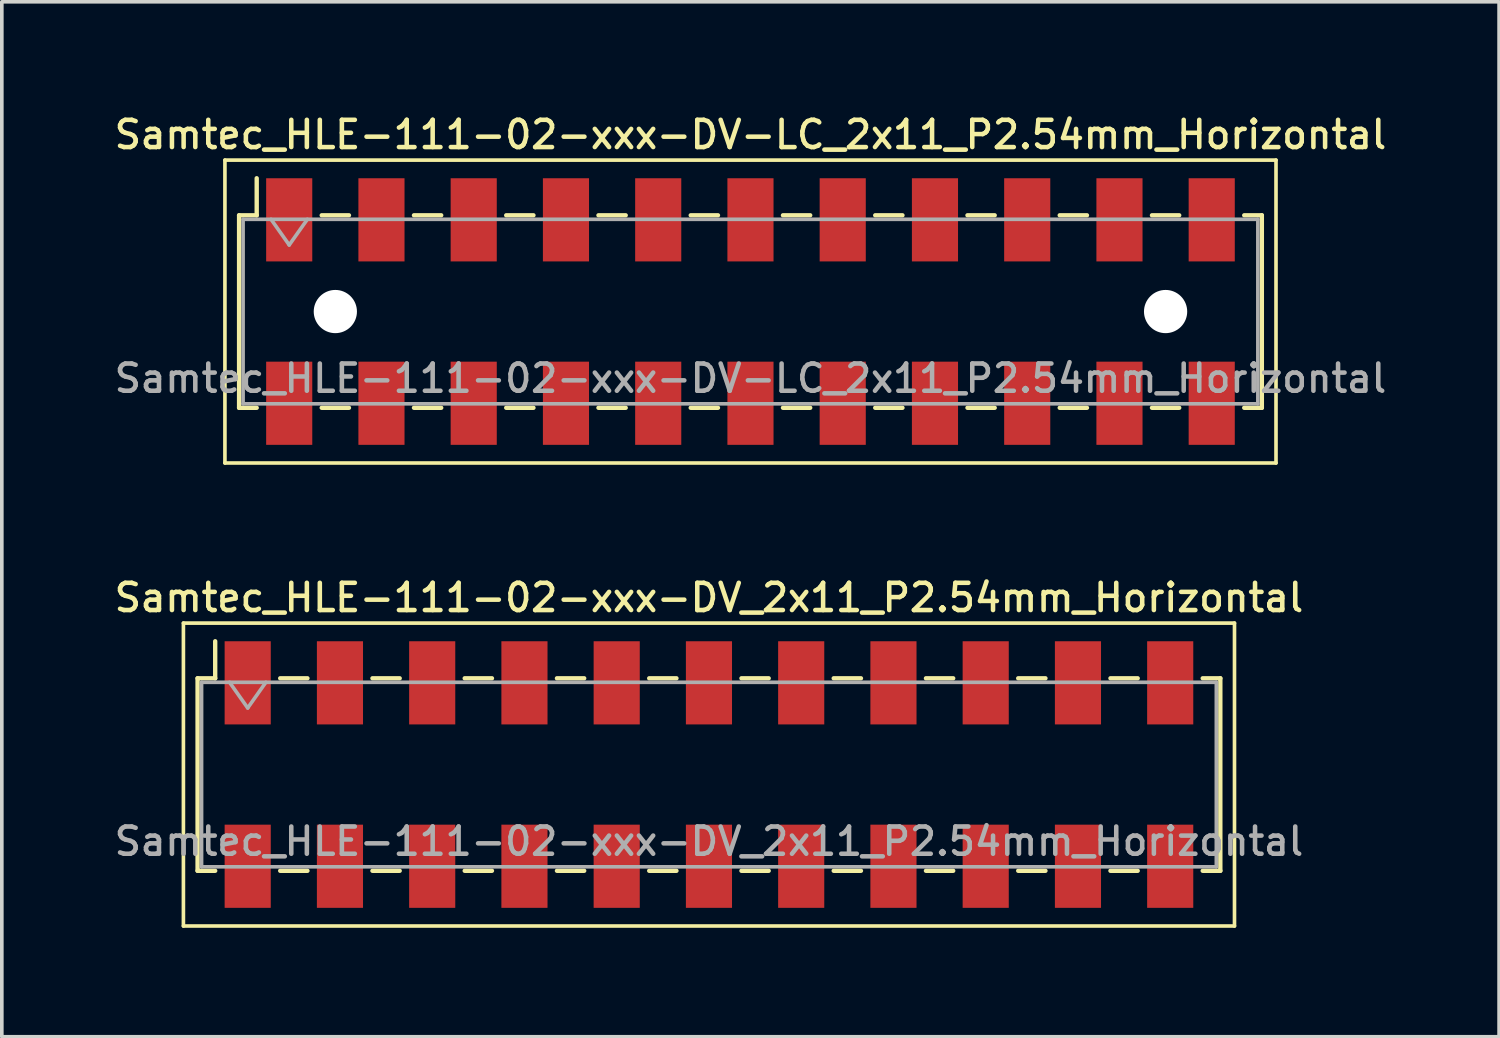
<source format=kicad_pcb>
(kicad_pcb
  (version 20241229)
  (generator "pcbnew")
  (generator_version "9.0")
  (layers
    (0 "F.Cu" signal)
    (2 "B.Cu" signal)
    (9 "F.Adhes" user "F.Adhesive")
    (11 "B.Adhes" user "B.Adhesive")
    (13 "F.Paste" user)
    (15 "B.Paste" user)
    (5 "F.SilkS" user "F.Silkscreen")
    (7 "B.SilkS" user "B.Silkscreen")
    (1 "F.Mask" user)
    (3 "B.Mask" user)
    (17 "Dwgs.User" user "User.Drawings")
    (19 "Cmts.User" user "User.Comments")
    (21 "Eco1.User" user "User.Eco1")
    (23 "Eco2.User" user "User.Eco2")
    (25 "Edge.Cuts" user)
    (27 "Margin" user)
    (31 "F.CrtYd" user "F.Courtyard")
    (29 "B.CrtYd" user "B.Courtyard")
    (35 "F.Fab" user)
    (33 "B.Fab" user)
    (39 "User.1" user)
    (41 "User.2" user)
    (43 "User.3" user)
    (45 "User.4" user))
  (footprint "Samtec_HLE-111-02-xxx-DV_2x11_P2.54mm_Horizontal"
    (layer "F.Cu")
    (at 16.47 18.276)
    (property "Reference" "Samtec_HLE-111-02-xxx-DV_2x11_P2.54mm_Horizontal" (at 0 -4.87 0) (layer "F.SilkS") (effects (font (size 0.75 0.75) (thickness 0.125))))
    (attr smd)
    (fp_line (start -14.47 -4.17) (end 14.47 -4.17) (stroke (width 0.1) (type solid)) (layer "F.SilkS"))
    (fp_line (start -14.47 4.17) (end -14.47 -4.17) (stroke (width 0.1) (type solid)) (layer "F.SilkS"))
    (fp_line (start -14.08 -2.65) (end -14.08 2.65) (stroke (width 0.12) (type solid)) (layer "F.SilkS"))
    (fp_line (start -14.08 2.65) (end -13.595 2.65) (stroke (width 0.12) (type solid)) (layer "F.SilkS"))
    (fp_line (start -13.595 -3.67) (end -13.595 -2.65) (stroke (width 0.12) (type solid)) (layer "F.SilkS"))
    (fp_line (start -13.595 -2.65) (end -14.08 -2.65) (stroke (width 0.12) (type solid)) (layer "F.SilkS"))
    (fp_line (start -11.805 -2.65) (end -11.055 -2.65) (stroke (width 0.12) (type solid)) (layer "F.SilkS"))
    (fp_line (start -11.805 2.65) (end -11.055 2.65) (stroke (width 0.12) (type solid)) (layer "F.SilkS"))
    (fp_line (start -9.265 -2.65) (end -8.515 -2.65) (stroke (width 0.12) (type solid)) (layer "F.SilkS"))
    (fp_line (start -9.265 2.65) (end -8.515 2.65) (stroke (width 0.12) (type solid)) (layer "F.SilkS"))
    (fp_line (start -6.725 -2.65) (end -5.975 -2.65) (stroke (width 0.12) (type solid)) (layer "F.SilkS"))
    (fp_line (start -6.725 2.65) (end -5.975 2.65) (stroke (width 0.12) (type solid)) (layer "F.SilkS"))
    (fp_line (start -4.185 -2.65) (end -3.435 -2.65) (stroke (width 0.12) (type solid)) (layer "F.SilkS"))
    (fp_line (start -4.185 2.65) (end -3.435 2.65) (stroke (width 0.12) (type solid)) (layer "F.SilkS"))
    (fp_line (start -1.645 -2.65) (end -0.895 -2.65) (stroke (width 0.12) (type solid)) (layer "F.SilkS"))
    (fp_line (start -1.645 2.65) (end -0.895 2.65) (stroke (width 0.12) (type solid)) (layer "F.SilkS"))
    (fp_line (start 0.895 -2.65) (end 1.645 -2.65) (stroke (width 0.12) (type solid)) (layer "F.SilkS"))
    (fp_line (start 0.895 2.65) (end 1.645 2.65) (stroke (width 0.12) (type solid)) (layer "F.SilkS"))
    (fp_line (start 3.435 -2.65) (end 4.185 -2.65) (stroke (width 0.12) (type solid)) (layer "F.SilkS"))
    (fp_line (start 3.435 2.65) (end 4.185 2.65) (stroke (width 0.12) (type solid)) (layer "F.SilkS"))
    (fp_line (start 5.975 -2.65) (end 6.725 -2.65) (stroke (width 0.12) (type solid)) (layer "F.SilkS"))
    (fp_line (start 5.975 2.65) (end 6.725 2.65) (stroke (width 0.12) (type solid)) (layer "F.SilkS"))
    (fp_line (start 8.515 -2.65) (end 9.265 -2.65) (stroke (width 0.12) (type solid)) (layer "F.SilkS"))
    (fp_line (start 8.515 2.65) (end 9.265 2.65) (stroke (width 0.12) (type solid)) (layer "F.SilkS"))
    (fp_line (start 11.055 -2.65) (end 11.805 -2.65) (stroke (width 0.12) (type solid)) (layer "F.SilkS"))
    (fp_line (start 11.055 2.65) (end 11.805 2.65) (stroke (width 0.12) (type solid)) (layer "F.SilkS"))
    (fp_line (start 13.595 -2.65) (end 14.08 -2.65) (stroke (width 0.12) (type solid)) (layer "F.SilkS"))
    (fp_line (start 14.08 -2.65) (end 14.08 2.65) (stroke (width 0.12) (type solid)) (layer "F.SilkS"))
    (fp_line (start 14.08 2.65) (end 13.595 2.65) (stroke (width 0.12) (type solid)) (layer "F.SilkS"))
    (fp_line (start 14.47 -4.17) (end 14.47 4.17) (stroke (width 0.1) (type solid)) (layer "F.SilkS"))
    (fp_line (start 14.47 4.17) (end -14.47 4.17) (stroke (width 0.1) (type solid)) (layer "F.SilkS"))
    (fp_line (start -13.97 -2.54) (end 13.97 -2.54) (stroke (width 0.1) (type solid)) (layer "F.Fab"))
    (fp_line (start -13.97 2.54) (end -13.97 -2.54) (stroke (width 0.1) (type solid)) (layer "F.Fab"))
    (fp_line (start -13.2 -2.54) (end -12.7 -1.833) (stroke (width 0.1) (type solid)) (layer "F.Fab"))
    (fp_line (start -12.7 -1.833) (end -12.2 -2.54) (stroke (width 0.1) (type solid)) (layer "F.Fab"))
    (fp_line (start 13.97 -2.54) (end 13.97 2.54) (stroke (width 0.1) (type solid)) (layer "F.Fab"))
    (fp_line (start 13.97 2.54) (end -13.97 2.54) (stroke (width 0.1) (type solid)) (layer "F.Fab"))
    (fp_text user "${REFERENCE}" (at 0 1.84 0) (layer "F.Fab") (effects (font (size 0.75 0.75) (thickness 0.125))))
    (pad "1" smd rect (at -12.7 -2.525) (size 1.27 2.29) (layers "F.Cu" "F.Mask" "F.Paste"))
    (pad "2" smd rect (at -12.7 2.525) (size 1.27 2.29) (layers "F.Cu" "F.Mask" "F.Paste"))
    (pad "3" smd rect (at -10.16 -2.525) (size 1.27 2.29) (layers "F.Cu" "F.Mask" "F.Paste"))
    (pad "4" smd rect (at -10.16 2.525) (size 1.27 2.29) (layers "F.Cu" "F.Mask" "F.Paste"))
    (pad "5" smd rect (at -7.62 -2.525) (size 1.27 2.29) (layers "F.Cu" "F.Mask" "F.Paste"))
    (pad "6" smd rect (at -7.62 2.525) (size 1.27 2.29) (layers "F.Cu" "F.Mask" "F.Paste"))
    (pad "7" smd rect (at -5.08 -2.525) (size 1.27 2.29) (layers "F.Cu" "F.Mask" "F.Paste"))
    (pad "8" smd rect (at -5.08 2.525) (size 1.27 2.29) (layers "F.Cu" "F.Mask" "F.Paste"))
    (pad "9" smd rect (at -2.54 -2.525) (size 1.27 2.29) (layers "F.Cu" "F.Mask" "F.Paste"))
    (pad "10" smd rect (at -2.54 2.525) (size 1.27 2.29) (layers "F.Cu" "F.Mask" "F.Paste"))
    (pad "11" smd rect (at 0 -2.525) (size 1.27 2.29) (layers "F.Cu" "F.Mask" "F.Paste"))
    (pad "12" smd rect (at 0 2.525) (size 1.27 2.29) (layers "F.Cu" "F.Mask" "F.Paste"))
    (pad "13" smd rect (at 2.54 -2.525) (size 1.27 2.29) (layers "F.Cu" "F.Mask" "F.Paste"))
    (pad "14" smd rect (at 2.54 2.525) (size 1.27 2.29) (layers "F.Cu" "F.Mask" "F.Paste"))
    (pad "15" smd rect (at 5.08 -2.525) (size 1.27 2.29) (layers "F.Cu" "F.Mask" "F.Paste"))
    (pad "16" smd rect (at 5.08 2.525) (size 1.27 2.29) (layers "F.Cu" "F.Mask" "F.Paste"))
    (pad "17" smd rect (at 7.62 -2.525) (size 1.27 2.29) (layers "F.Cu" "F.Mask" "F.Paste"))
    (pad "18" smd rect (at 7.62 2.525) (size 1.27 2.29) (layers "F.Cu" "F.Mask" "F.Paste"))
    (pad "19" smd rect (at 10.16 -2.525) (size 1.27 2.29) (layers "F.Cu" "F.Mask" "F.Paste"))
    (pad "20" smd rect (at 10.16 2.525) (size 1.27 2.29) (layers "F.Cu" "F.Mask" "F.Paste"))
    (pad "21" smd rect (at 12.7 -2.525) (size 1.27 2.29) (layers "F.Cu" "F.Mask" "F.Paste"))
    (pad "22" smd rect (at 12.7 2.525) (size 1.27 2.29) (layers "F.Cu" "F.Mask" "F.Paste")))
  (footprint "Samtec_HLE-111-02-xxx-DV-LC_2x11_P2.54mm_Horizontal"
    (layer "F.Cu")
    (at 17.613 5.528)
    (property "Reference" "Samtec_HLE-111-02-xxx-DV-LC_2x11_P2.54mm_Horizontal" (at 0 -4.87 0) (layer "F.SilkS") (effects (font (size 0.75 0.75) (thickness 0.125))))
    (attr smd)
    (fp_line (start -14.47 -4.17) (end 14.47 -4.17) (stroke (width 0.1) (type solid)) (layer "F.SilkS"))
    (fp_line (start -14.47 4.17) (end -14.47 -4.17) (stroke (width 0.1) (type solid)) (layer "F.SilkS"))
    (fp_line (start -14.08 -2.65) (end -14.08 2.65) (stroke (width 0.12) (type solid)) (layer "F.SilkS"))
    (fp_line (start -14.08 2.65) (end -13.595 2.65) (stroke (width 0.12) (type solid)) (layer "F.SilkS"))
    (fp_line (start -13.595 -3.67) (end -13.595 -2.65) (stroke (width 0.12) (type solid)) (layer "F.SilkS"))
    (fp_line (start -13.595 -2.65) (end -14.08 -2.65) (stroke (width 0.12) (type solid)) (layer "F.SilkS"))
    (fp_line (start -11.805 -2.65) (end -11.055 -2.65) (stroke (width 0.12) (type solid)) (layer "F.SilkS"))
    (fp_line (start -11.805 2.65) (end -11.055 2.65) (stroke (width 0.12) (type solid)) (layer "F.SilkS"))
    (fp_line (start -9.265 -2.65) (end -8.515 -2.65) (stroke (width 0.12) (type solid)) (layer "F.SilkS"))
    (fp_line (start -9.265 2.65) (end -8.515 2.65) (stroke (width 0.12) (type solid)) (layer "F.SilkS"))
    (fp_line (start -6.725 -2.65) (end -5.975 -2.65) (stroke (width 0.12) (type solid)) (layer "F.SilkS"))
    (fp_line (start -6.725 2.65) (end -5.975 2.65) (stroke (width 0.12) (type solid)) (layer "F.SilkS"))
    (fp_line (start -4.185 -2.65) (end -3.435 -2.65) (stroke (width 0.12) (type solid)) (layer "F.SilkS"))
    (fp_line (start -4.185 2.65) (end -3.435 2.65) (stroke (width 0.12) (type solid)) (layer "F.SilkS"))
    (fp_line (start -1.645 -2.65) (end -0.895 -2.65) (stroke (width 0.12) (type solid)) (layer "F.SilkS"))
    (fp_line (start -1.645 2.65) (end -0.895 2.65) (stroke (width 0.12) (type solid)) (layer "F.SilkS"))
    (fp_line (start 0.895 -2.65) (end 1.645 -2.65) (stroke (width 0.12) (type solid)) (layer "F.SilkS"))
    (fp_line (start 0.895 2.65) (end 1.645 2.65) (stroke (width 0.12) (type solid)) (layer "F.SilkS"))
    (fp_line (start 3.435 -2.65) (end 4.185 -2.65) (stroke (width 0.12) (type solid)) (layer "F.SilkS"))
    (fp_line (start 3.435 2.65) (end 4.185 2.65) (stroke (width 0.12) (type solid)) (layer "F.SilkS"))
    (fp_line (start 5.975 -2.65) (end 6.725 -2.65) (stroke (width 0.12) (type solid)) (layer "F.SilkS"))
    (fp_line (start 5.975 2.65) (end 6.725 2.65) (stroke (width 0.12) (type solid)) (layer "F.SilkS"))
    (fp_line (start 8.515 -2.65) (end 9.265 -2.65) (stroke (width 0.12) (type solid)) (layer "F.SilkS"))
    (fp_line (start 8.515 2.65) (end 9.265 2.65) (stroke (width 0.12) (type solid)) (layer "F.SilkS"))
    (fp_line (start 11.055 -2.65) (end 11.805 -2.65) (stroke (width 0.12) (type solid)) (layer "F.SilkS"))
    (fp_line (start 11.055 2.65) (end 11.805 2.65) (stroke (width 0.12) (type solid)) (layer "F.SilkS"))
    (fp_line (start 13.595 -2.65) (end 14.08 -2.65) (stroke (width 0.12) (type solid)) (layer "F.SilkS"))
    (fp_line (start 14.08 -2.65) (end 14.08 2.65) (stroke (width 0.12) (type solid)) (layer "F.SilkS"))
    (fp_line (start 14.08 2.65) (end 13.595 2.65) (stroke (width 0.12) (type solid)) (layer "F.SilkS"))
    (fp_line (start 14.47 -4.17) (end 14.47 4.17) (stroke (width 0.1) (type solid)) (layer "F.SilkS"))
    (fp_line (start 14.47 4.17) (end -14.47 4.17) (stroke (width 0.1) (type solid)) (layer "F.SilkS"))
    (fp_line (start -13.97 -2.54) (end 13.97 -2.54) (stroke (width 0.1) (type solid)) (layer "F.Fab"))
    (fp_line (start -13.97 2.54) (end -13.97 -2.54) (stroke (width 0.1) (type solid)) (layer "F.Fab"))
    (fp_line (start -13.2 -2.54) (end -12.7 -1.833) (stroke (width 0.1) (type solid)) (layer "F.Fab"))
    (fp_line (start -12.7 -1.833) (end -12.2 -2.54) (stroke (width 0.1) (type solid)) (layer "F.Fab"))
    (fp_line (start 13.97 -2.54) (end 13.97 2.54) (stroke (width 0.1) (type solid)) (layer "F.Fab"))
    (fp_line (start 13.97 2.54) (end -13.97 2.54) (stroke (width 0.1) (type solid)) (layer "F.Fab"))
    (fp_text user "${REFERENCE}" (at 0 1.84 0) (layer "F.Fab") (effects (font (size 0.75 0.75) (thickness 0.125))))
    (pad "" np_thru_hole circle (at -11.43 0) (size 1.19 1.19) (drill 1.19) (layers "*.Cu" "*.Mask"))
    (pad "" np_thru_hole circle (at 11.43 0) (size 1.19 1.19) (drill 1.19) (layers "*.Cu" "*.Mask"))
    (pad "1" smd rect (at -12.7 -2.525) (size 1.27 2.29) (layers "F.Cu" "F.Mask" "F.Paste"))
    (pad "2" smd rect (at -12.7 2.525) (size 1.27 2.29) (layers "F.Cu" "F.Mask" "F.Paste"))
    (pad "3" smd rect (at -10.16 -2.525) (size 1.27 2.29) (layers "F.Cu" "F.Mask" "F.Paste"))
    (pad "4" smd rect (at -10.16 2.525) (size 1.27 2.29) (layers "F.Cu" "F.Mask" "F.Paste"))
    (pad "5" smd rect (at -7.62 -2.525) (size 1.27 2.29) (layers "F.Cu" "F.Mask" "F.Paste"))
    (pad "6" smd rect (at -7.62 2.525) (size 1.27 2.29) (layers "F.Cu" "F.Mask" "F.Paste"))
    (pad "7" smd rect (at -5.08 -2.525) (size 1.27 2.29) (layers "F.Cu" "F.Mask" "F.Paste"))
    (pad "8" smd rect (at -5.08 2.525) (size 1.27 2.29) (layers "F.Cu" "F.Mask" "F.Paste"))
    (pad "9" smd rect (at -2.54 -2.525) (size 1.27 2.29) (layers "F.Cu" "F.Mask" "F.Paste"))
    (pad "10" smd rect (at -2.54 2.525) (size 1.27 2.29) (layers "F.Cu" "F.Mask" "F.Paste"))
    (pad "11" smd rect (at 0 -2.525) (size 1.27 2.29) (layers "F.Cu" "F.Mask" "F.Paste"))
    (pad "12" smd rect (at 0 2.525) (size 1.27 2.29) (layers "F.Cu" "F.Mask" "F.Paste"))
    (pad "13" smd rect (at 2.54 -2.525) (size 1.27 2.29) (layers "F.Cu" "F.Mask" "F.Paste"))
    (pad "14" smd rect (at 2.54 2.525) (size 1.27 2.29) (layers "F.Cu" "F.Mask" "F.Paste"))
    (pad "15" smd rect (at 5.08 -2.525) (size 1.27 2.29) (layers "F.Cu" "F.Mask" "F.Paste"))
    (pad "16" smd rect (at 5.08 2.525) (size 1.27 2.29) (layers "F.Cu" "F.Mask" "F.Paste"))
    (pad "17" smd rect (at 7.62 -2.525) (size 1.27 2.29) (layers "F.Cu" "F.Mask" "F.Paste"))
    (pad "18" smd rect (at 7.62 2.525) (size 1.27 2.29) (layers "F.Cu" "F.Mask" "F.Paste"))
    (pad "19" smd rect (at 10.16 -2.525) (size 1.27 2.29) (layers "F.Cu" "F.Mask" "F.Paste"))
    (pad "20" smd rect (at 10.16 2.525) (size 1.27 2.29) (layers "F.Cu" "F.Mask" "F.Paste"))
    (pad "21" smd rect (at 12.7 -2.525) (size 1.27 2.29) (layers "F.Cu" "F.Mask" "F.Paste"))
    (pad "22" smd rect (at 12.7 2.525) (size 1.27 2.29) (layers "F.Cu" "F.Mask" "F.Paste")))
  (gr_rect
    (start -3 -3)
    (end 38.225 25.496)
    (stroke (width 0.1) (type default))
    (fill no)
    (layer "Edge.Cuts")))
</source>
